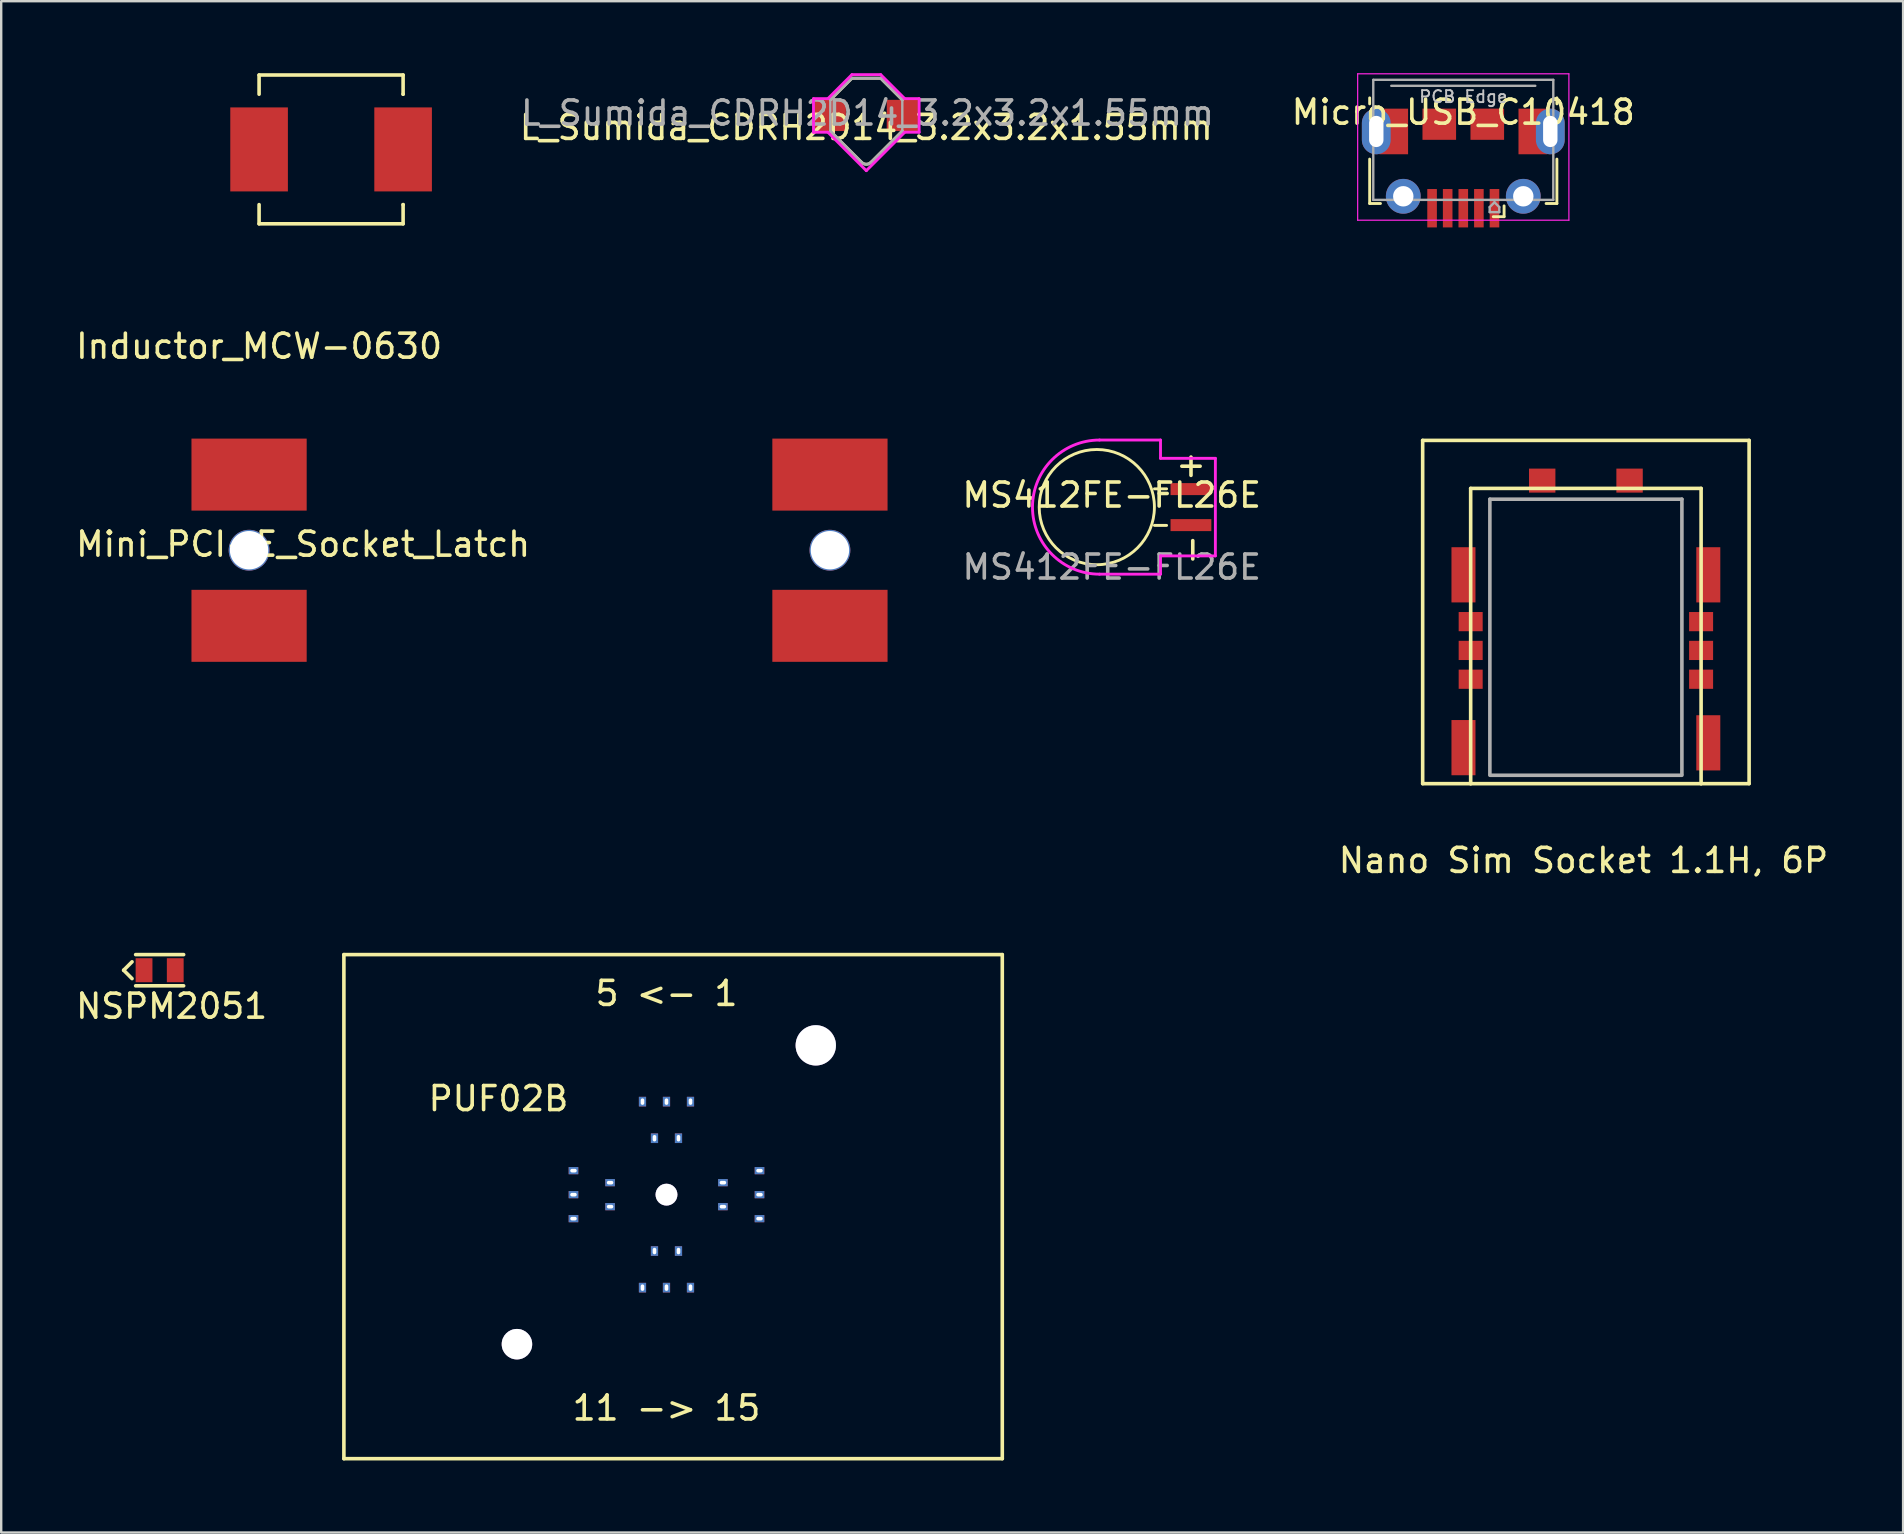
<source format=kicad_pcb>
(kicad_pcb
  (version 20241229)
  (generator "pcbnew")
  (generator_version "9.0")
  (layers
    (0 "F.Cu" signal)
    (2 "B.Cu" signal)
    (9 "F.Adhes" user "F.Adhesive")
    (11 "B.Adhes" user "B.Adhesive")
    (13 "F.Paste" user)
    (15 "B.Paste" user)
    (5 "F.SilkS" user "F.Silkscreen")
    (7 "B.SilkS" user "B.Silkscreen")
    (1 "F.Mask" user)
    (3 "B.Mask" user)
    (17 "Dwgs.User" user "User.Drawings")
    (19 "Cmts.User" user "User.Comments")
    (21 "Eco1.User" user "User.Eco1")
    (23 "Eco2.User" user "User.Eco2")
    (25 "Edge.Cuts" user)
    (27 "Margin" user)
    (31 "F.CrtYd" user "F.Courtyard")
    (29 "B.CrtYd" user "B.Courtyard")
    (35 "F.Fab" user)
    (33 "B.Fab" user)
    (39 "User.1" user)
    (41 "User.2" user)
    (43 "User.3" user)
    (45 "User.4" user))
  (footprint "NSPM2051"
    (layer "F.Cu")
    (at 3.601 37.371)
    (property "Reference" "NSPM2051" (at 0.5 1.5 0) (layer "F.SilkS") (effects (font (size 1 1) (thickness 0.15))))
    (attr through_hole)
    (fp_line (start -1.5 0) (end -1.15 0.35) (stroke (width 0.15) (type solid)) (layer "F.SilkS"))
    (fp_line (start -1.15 -0.35) (end -1.5 0) (stroke (width 0.15) (type solid)) (layer "F.SilkS"))
    (fp_line (start -1 -0.65) (end 1 -0.65) (stroke (width 0.15) (type solid)) (layer "F.SilkS"))
    (fp_line (start 1 0.65) (end -1 0.65) (stroke (width 0.15) (type solid)) (layer "F.SilkS"))
    (pad "1" smd rect (at -0.65 0) (size 0.7 1) (layers "F.Cu" "F.Mask" "F.Paste"))
    (pad "2" smd rect (at 0.65 0) (size 0.7 1) (layers "F.Cu" "F.Mask" "F.Paste")))
  (footprint "MS412FE-FL26E"
    (layer "F.Cu")
    (at 43.267 18.077)
    (property "Reference" "MS412FE-FL26E" (at 0 -0.5 0) (unlocked yes) (layer "F.SilkS") (effects (font (size 1 1) (thickness 0.15))))
    (attr smd)
    (fp_line (start 1.778 -0.762) (end 2.286 -0.762) (stroke (width 0.12) (type solid)) (layer "F.SilkS"))
    (fp_line (start 2.286 0.762) (end 1.778 0.762) (stroke (width 0.12) (type solid)) (layer "F.SilkS"))
    (fp_circle (center -0.622 0) (end 1.778 0) (stroke (width 0.12) (type solid)) (fill no) (layer "F.SilkS"))
    (fp_line (start -0.508 -2.794) (end 2.032 -2.794) (stroke (width 0.12) (type solid)) (layer "F.CrtYd"))
    (fp_line (start 2.032 -2.794) (end 2.032 -2.032) (stroke (width 0.12) (type solid)) (layer "F.CrtYd"))
    (fp_line (start 2.032 -2.032) (end 4.318 -2.032) (stroke (width 0.12) (type solid)) (layer "F.CrtYd"))
    (fp_line (start 2.032 2.032) (end 2.032 2.794) (stroke (width 0.12) (type solid)) (layer "F.CrtYd"))
    (fp_line (start 2.032 2.794) (end -0.508 2.794) (stroke (width 0.12) (type solid)) (layer "F.CrtYd"))
    (fp_line (start 4.318 -2.032) (end 4.318 2.032) (stroke (width 0.12) (type solid)) (layer "F.CrtYd"))
    (fp_line (start 4.318 2.032) (end 2.032 2.032) (stroke (width 0.12) (type solid)) (layer "F.CrtYd"))
    (fp_arc (start -0.508 2.794) (mid -3.302 0) (end -0.508 -2.794) (stroke (width 0.12) (type solid)) (layer "F.CrtYd"))
    (fp_text user "+" (at 3.302 -1.778 0) (unlocked yes) (layer "F.SilkS") (effects (font (size 1 1) (thickness 0.15))))
    (fp_text user "-" (at 3.302 1.778 90) (unlocked yes) (layer "F.SilkS") (effects (font (size 1 1) (thickness 0.15))))
    (fp_text user "${REFERENCE}" (at 0 2.5 0) (unlocked yes) (layer "F.Fab") (effects (font (size 1 1) (thickness 0.15))))
    (pad "1" smd rect (at 3.3 -0.75) (size 1.7 0.5) (layers "F.Cu" "F.Mask" "F.Paste"))
    (pad "2" smd rect (at 3.3 0.75) (size 1.7 0.5) (layers "F.Cu" "F.Mask" "F.Paste")))
  (footprint "Micro_USB_C10418"
    (layer "F.Cu")
    (at 57.913 1.125)
    (property "Reference" "Micro_USB_C10418" (at 0 0.5 0) (unlocked yes) (layer "F.SilkS") (effects (font (size 1 1) (thickness 0.15))))
    (attr through_hole)
    (fp_line (start -3.9 -0.098) (end -3.9 0.152) (stroke (width 0.12) (type solid)) (layer "F.SilkS"))
    (fp_line (start -3.9 2.453) (end -3.9 4.303) (stroke (width 0.12) (type solid)) (layer "F.SilkS"))
    (fp_line (start -3.9 4.303) (end -3.45 4.303) (stroke (width 0.12) (type solid)) (layer "F.SilkS"))
    (fp_line (start 1.7 4.853) (end 1.25 4.853) (stroke (width 0.12) (type solid)) (layer "F.SilkS"))
    (fp_line (start 1.7 4.853) (end 1.7 4.402) (stroke (width 0.12) (type solid)) (layer "F.SilkS"))
    (fp_line (start 3.9 -0.098) (end 3.9 0.152) (stroke (width 0.12) (type solid)) (layer "F.SilkS"))
    (fp_line (start 3.9 2.453) (end 3.9 4.303) (stroke (width 0.12) (type solid)) (layer "F.SilkS"))
    (fp_line (start 3.9 4.303) (end 3.45 4.303) (stroke (width 0.12) (type solid)) (layer "F.SilkS"))
    (fp_line (start -4.4 5) (end -4.4 -1.1) (stroke (width 0.05) (type solid)) (layer "F.CrtYd"))
    (fp_line (start 4.4 -1.1) (end -4.4 -1.1) (stroke (width 0.05) (type solid)) (layer "F.CrtYd"))
    (fp_line (start 4.4 -1.1) (end 4.4 5) (stroke (width 0.05) (type solid)) (layer "F.CrtYd"))
    (fp_line (start 4.4 5) (end -4.4 5) (stroke (width 0.05) (type solid)) (layer "F.CrtYd"))
    (fp_line (start -3.75 -0.848) (end -3.75 4.152) (stroke (width 0.1) (type solid)) (layer "F.Fab"))
    (fp_line (start 1.1 4.452) (end 1.3 4.253) (stroke (width 0.1) (type solid)) (layer "F.Fab"))
    (fp_line (start 1.1 4.662) (end 1.1 4.452) (stroke (width 0.1) (type solid)) (layer "F.Fab"))
    (fp_line (start 1.3 4.253) (end 1.5 4.452) (stroke (width 0.1) (type solid)) (layer "F.Fab"))
    (fp_line (start 1.5 4.662) (end 1.1 4.662) (stroke (width 0.1) (type solid)) (layer "F.Fab"))
    (fp_line (start 1.5 4.662) (end 1.5 4.452) (stroke (width 0.1) (type solid)) (layer "F.Fab"))
    (fp_line (start 3 -0.6) (end -3 -0.6) (stroke (width 0.1) (type solid)) (layer "F.Fab"))
    (fp_line (start 3.75 -0.849) (end -3.75 -0.849) (stroke (width 0.1) (type solid)) (layer "F.Fab"))
    (fp_line (start 3.75 -0.848) (end 3.75 4.152) (stroke (width 0.1) (type solid)) (layer "F.Fab"))
    (fp_line (start 3.75 4.152) (end -3.75 4.152) (stroke (width 0.1) (type solid)) (layer "F.Fab"))
    (fp_text user "PCB Edge" (at 0 -0.147 180) (layer "Dwgs.User") (effects (font (size 0.5 0.5) (thickness 0.08))))
    (pad "1" smd rect (at 1.3 4.5 180) (size 0.4 1.6) (layers "F.Cu" "F.Mask" "F.Paste"))
    (pad "2" smd rect (at 0.65 4.5 180) (size 0.4 1.6) (layers "F.Cu" "F.Mask" "F.Paste"))
    (pad "3" smd rect (at 0 4.5 180) (size 0.4 1.6) (layers "F.Cu" "F.Mask" "F.Paste"))
    (pad "4" smd rect (at -0.65 4.5 180) (size 0.4 1.6) (layers "F.Cu" "F.Mask" "F.Paste"))
    (pad "5" smd rect (at -1.3 4.5 180) (size 0.4 1.6) (layers "F.Cu" "F.Mask" "F.Paste"))
    (pad "6" thru_hole oval (at -3.625 1.302 180) (size 1.2 1.9) (drill oval 0.6 1.3) (layers "*.Cu" "*.Mask"))
    (pad "6" smd rect (at -2.9 1.302 180) (size 1.2 1.9) (layers "F.Cu" "F.Mask"))
    (pad "6" thru_hole circle (at -2.5 4.003 180) (size 1.45 1.45) (drill 0.85) (layers "*.Cu" "*.Mask"))
    (pad "6" smd rect (at -1 1 180) (size 1.4 1.3) (layers "F.Cu" "F.Mask" "F.Paste"))
    (pad "6" smd rect (at 1 1 180) (size 1.4 1.3) (layers "F.Cu" "F.Mask" "F.Paste"))
    (pad "6" thru_hole circle (at 2.5 4.003 180) (size 1.45 1.45) (drill 0.85) (layers "*.Cu" "*.Mask"))
    (pad "6" smd rect (at 2.9 1.302 180) (size 1.2 1.9) (layers "F.Cu" "F.Mask"))
    (pad "6" thru_hole oval (at 3.625 1.302) (size 1.2 1.9) (drill oval 0.6 1.3) (layers "*.Cu" "*.Mask")))
  (footprint "L_Sumida_CDRH2D14_3.2x3.2x1.55mm"
    (layer "F.Cu")
    (at 33.042 1.76)
    (property "Reference" "L_Sumida_CDRH2D14_3.2x3.2x1.55mm" (at 0 0.5 0) (unlocked yes) (layer "F.SilkS") (effects (font (size 1 1) (thickness 0.15))))
    (attr through_hole)
    (fp_line (start -1.5 -0.65) (end -0.6 -1.55) (stroke (width 0.12) (type solid)) (layer "F.SilkS"))
    (fp_line (start -0.6 -1.55) (end 0.6 -1.55) (stroke (width 0.12) (type solid)) (layer "F.SilkS"))
    (fp_line (start -0.2 1.95) (end -1.45 0.7) (stroke (width 0.12) (type solid)) (layer "F.SilkS"))
    (fp_line (start 0.6 -1.55) (end 1.5 -0.65) (stroke (width 0.12) (type solid)) (layer "F.SilkS"))
    (fp_line (start 1.5 0.65) (end 0.2 1.95) (stroke (width 0.12) (type solid)) (layer "F.SilkS"))
    (fp_arc (start 0.199999 1.949999) (mid 0 2.032841) (end -0.199999 1.949999) (stroke (width 0.12) (type solid)) (layer "F.SilkS"))
    (fp_line (start -2.2 -0.7) (end -2.2 0.7) (stroke (width 0.12) (type solid)) (layer "F.CrtYd"))
    (fp_line (start -2.2 -0.7) (end -1.6 -0.7) (stroke (width 0.12) (type solid)) (layer "F.CrtYd"))
    (fp_line (start -2.2 0.7) (end -1.6 0.7) (stroke (width 0.12) (type solid)) (layer "F.CrtYd"))
    (fp_line (start -1.6 -0.7) (end -0.6 -1.7) (stroke (width 0.12) (type solid)) (layer "F.CrtYd"))
    (fp_line (start -1.6 0.7) (end 0 2.3) (stroke (width 0.12) (type solid)) (layer "F.CrtYd"))
    (fp_line (start 0 2.3) (end 1.6 0.7) (stroke (width 0.12) (type solid)) (layer "F.CrtYd"))
    (fp_line (start 0.6 -1.7) (end -0.6 -1.7) (stroke (width 0.12) (type solid)) (layer "F.CrtYd"))
    (fp_line (start 1.6 -0.7) (end 0.6 -1.7) (stroke (width 0.12) (type solid)) (layer "F.CrtYd"))
    (fp_line (start 1.6 0.7) (end 2.2 0.7) (stroke (width 0.12) (type solid)) (layer "F.CrtYd"))
    (fp_line (start 2.2 -0.7) (end 1.6 -0.7) (stroke (width 0.12) (type solid)) (layer "F.CrtYd"))
    (fp_line (start 2.2 0.7) (end 2.2 -0.7) (stroke (width 0.12) (type solid)) (layer "F.CrtYd"))
    (fp_line (start -1.5 -0.65) (end -0.6 -1.55) (stroke (width 0.12) (type solid)) (layer "F.Fab"))
    (fp_line (start -1.5 0.65) (end -1.5 -0.65) (stroke (width 0.1) (type solid)) (layer "F.Fab"))
    (fp_line (start -1.5 0.65) (end -0.2 1.95) (stroke (width 0.12) (type solid)) (layer "F.Fab"))
    (fp_line (start -0.6 -1.55) (end 0.6 -1.55) (stroke (width 0.12) (type solid)) (layer "F.Fab"))
    (fp_line (start 0.2 1.95) (end 1.5 0.65) (stroke (width 0.12) (type solid)) (layer "F.Fab"))
    (fp_line (start 0.6 -1.55) (end 1.5 -0.65) (stroke (width 0.12) (type solid)) (layer "F.Fab"))
    (fp_line (start 1.5 -0.65) (end 1.5 0.65) (stroke (width 0.1) (type solid)) (layer "F.Fab"))
    (fp_arc (start 0.199999 1.949999) (mid 0 2.032841) (end -0.199999 1.949999) (stroke (width 0.12) (type solid)) (layer "F.Fab"))
    (fp_text user "${REFERENCE}" (at 0.05 -0.1 0) (layer "F.Fab") (effects (font (size 1 1) (thickness 0.15))))
    (pad "1" smd rect (at -1.5 0) (size 1.3 1.3) (layers "F.Cu" "F.Mask" "F.Paste"))
    (pad "2" smd rect (at 1.5 0) (size 1.3 1.3) (layers "F.Cu" "F.Mask" "F.Paste")))
  (footprint "Mini_PCI-E_Socket_Latch"
    (layer "F.Cu")
    (at 7.327 19.873)
    (property "Reference" "Mini_PCI-E_Socket_Latch" (at 2.25 -0.25 0) (layer "F.SilkS") (effects (font (size 1 1) (thickness 0.15))))
    (attr through_hole)
    (pad "1" thru_hole circle (at 0 0 180) (size 1.7 1.7) (drill 1.6) (layers "*.Cu" "*.Mask"))
    (pad "2" thru_hole circle (at 24.2 0 180) (size 1.7 1.7) (drill 1.6) (layers "*.Cu" "*.Mask"))
    (pad "3" smd rect (at 0 -3.15 180) (size 4.8 3) (layers "F.Cu" "F.Mask" "F.Paste"))
    (pad "3" smd rect (at 0 3.15 180) (size 4.8 3) (layers "F.Cu" "F.Mask" "F.Paste"))
    (pad "3" smd rect (at 24.2 -3.15 180) (size 4.8 3) (layers "F.Cu" "F.Mask" "F.Paste"))
    (pad "3" smd rect (at 24.2 3.15 180) (size 4.8 3) (layers "F.Cu" "F.Mask" "F.Paste")))
  (footprint "Nano Sim Socket 1.1H, 6P"
    (layer "F.Cu")
    (at 63.021 29.598)
    (property "Reference" "Nano Sim Socket 1.1H, 6P" (at -0.1 3.2 0) (layer "F.SilkS") (effects (font (size 1 1) (thickness 0.15))))
    (attr through_hole)
    (fp_line (start -6.8 -14.3) (end 6.8 -14.3) (stroke (width 0.15) (type solid)) (layer "F.SilkS"))
    (fp_line (start -6.8 0) (end -6.8 -14.3) (stroke (width 0.15) (type solid)) (layer "F.SilkS"))
    (fp_line (start -4.8 -12.3) (end -4.8 0) (stroke (width 0.15) (type solid)) (layer "F.SilkS"))
    (fp_line (start -4.8 0) (end -6.8 0) (stroke (width 0.15) (type solid)) (layer "F.SilkS"))
    (fp_line (start -4.8 0) (end 4.8 0) (stroke (width 0.15) (type solid)) (layer "F.SilkS"))
    (fp_line (start 4.8 -12.3) (end -4.8 -12.3) (stroke (width 0.15) (type solid)) (layer "F.SilkS"))
    (fp_line (start 4.8 -12.3) (end 4.8 0) (stroke (width 0.15) (type solid)) (layer "F.SilkS"))
    (fp_line (start 6.8 -14.3) (end 6.8 0) (stroke (width 0.15) (type solid)) (layer "F.SilkS"))
    (fp_line (start 6.8 0) (end 4.8 0) (stroke (width 0.15) (type solid)) (layer "F.SilkS"))
    (fp_line (start -4 -11.85) (end -4 -0.4) (stroke (width 0.15) (type solid)) (layer "F.Fab"))
    (fp_line (start -4 -0.35) (end 4 -0.35) (stroke (width 0.15) (type solid)) (layer "F.Fab"))
    (fp_line (start 4 -11.85) (end -4 -11.85) (stroke (width 0.15) (type solid)) (layer "F.Fab"))
    (fp_line (start 4 -0.4) (end 4 -11.85) (stroke (width 0.15) (type solid)) (layer "F.Fab"))
    (pad "" smd rect (at -2.8 -9.2) (size 1.2 3.1) (layers "Eco1.User"))
    (pad "" smd rect (at -2.8 -1.8) (size 1.2 2.9) (layers "Eco1.User"))
    (pad "" smd rect (at 0 -9.2) (size 1.2 3.1) (layers "Eco1.User"))
    (pad "" smd rect (at 0 -1.8) (size 1.2 2.9) (layers "Eco1.User"))
    (pad "" smd rect (at 2.8 -9.2) (size 1.2 3.1) (layers "Eco1.User"))
    (pad "" smd rect (at 2.8 -1.8) (size 1.2 2.9) (layers "Eco1.User"))
    (pad "1" smd rect (at 4.8 -4.35) (size 1 0.8) (layers "F.Cu" "F.Mask" "F.Paste"))
    (pad "2" smd rect (at 4.8 -5.55) (size 1 0.8) (layers "F.Cu" "F.Mask" "F.Paste"))
    (pad "3" smd rect (at -4.8 -4.35) (size 1 0.8) (layers "F.Cu" "F.Mask" "F.Paste"))
    (pad "5" smd rect (at 4.8 -6.75) (size 1 0.8) (layers "F.Cu" "F.Mask" "F.Paste"))
    (pad "6" smd rect (at -4.8 -5.55) (size 1 0.8) (layers "F.Cu" "F.Mask" "F.Paste"))
    (pad "7" smd rect (at -4.8 -6.75) (size 1 0.8) (layers "F.Cu" "F.Mask" "F.Paste"))
    (pad "8" smd rect (at -5.1 -8.7) (size 1 2.3) (layers "F.Cu" "F.Mask" "F.Paste"))
    (pad "8" smd rect (at -5.1 -1.5) (size 1 2.3) (layers "F.Cu" "F.Mask" "F.Paste"))
    (pad "8" smd rect (at 5.1 -8.7) (size 1 2.3) (layers "F.Cu" "F.Mask" "F.Paste"))
    (pad "8" smd rect (at 5.1 -1.7) (size 1 2.3) (layers "F.Cu" "F.Mask" "F.Paste"))
    (pad "9" smd rect (at -1.82 -12.625) (size 1.1 1) (layers "F.Cu" "F.Mask" "F.Paste"))
    (pad "9" smd rect (at 1.82 -12.625) (size 1.1 1) (layers "F.Cu" "F.Mask" "F.Paste")))
  (footprint "PUF02B"
    (layer "F.Cu")
    (at 24.717 46.721)
    (property "Reference" "PUF02B" (at -7 -4 0) (layer "F.SilkS") (effects (font (size 1 1) (thickness 0.15))))
    (attr through_hole)
    (fp_line (start -13.44 -10) (end -13.44 11) (stroke (width 0.15) (type solid)) (layer "F.SilkS"))
    (fp_line (start -13.44 11) (end 13.99 11) (stroke (width 0.15) (type solid)) (layer "F.SilkS"))
    (fp_line (start 13.99 -10) (end -13.44 -10) (stroke (width 0.15) (type solid)) (layer "F.SilkS"))
    (fp_line (start 13.99 11) (end 13.99 -10) (stroke (width 0.15) (type solid)) (layer "F.SilkS"))
    (fp_line (start 14 -10) (end 22.89 -10) (stroke (width 0.15) (type solid)) (layer "Eco1.User"))
    (fp_line (start 22.88 11) (end 13.99 11) (stroke (width 0.15) (type solid)) (layer "Eco1.User"))
    (fp_line (start 22.89 -10) (end 22.89 11) (stroke (width 0.15) (type solid)) (layer "Eco1.User"))
    (fp_text user "5 <- 1" (at 0 -8.382 0) (layer "F.SilkS") (effects (font (size 1 1) (thickness 0.15))))
    (fp_text user "11 -> 15" (at 0 8.89 0) (layer "F.SilkS") (effects (font (size 1 1) (thickness 0.15))))
    (fp_text user "Lid Overhang" (at 18 0 90) (layer "Eco1.User") (effects (font (size 1 1) (thickness 0.15))))
    (pad "0" thru_hole circle (at -6.23 6.23) (size 1.27 1.27) (drill 1.27) (layers "*.Cu" "*.Mask"))
    (pad "0" thru_hole circle (at 0 0) (size 0.91 0.91) (drill 0.91) (layers "*.Cu" "*.Mask"))
    (pad "0" thru_hole circle (at 6.22 -6.22) (size 1.68 1.68) (drill 1.68) (layers "*.Cu" "*.Mask"))
    (pad "1" thru_hole rect (at 1 -3.875 90) (size 0.4 0.3) (drill oval 0.27 0.15) (layers "*.Cu" "*.Mask"))
    (pad "2" thru_hole rect (at 0.5 -2.35 90) (size 0.4 0.3) (drill oval 0.27 0.15) (layers "*.Cu" "*.Mask"))
    (pad "3" thru_hole rect (at 0 -3.875 90) (size 0.4 0.3) (drill oval 0.27 0.15) (layers "*.Cu" "*.Mask"))
    (pad "4" thru_hole rect (at -0.5 -2.35 90) (size 0.4 0.3) (drill oval 0.27 0.15) (layers "*.Cu" "*.Mask"))
    (pad "5" thru_hole rect (at -1 -3.875 90) (size 0.4 0.3) (drill oval 0.27 0.15) (layers "*.Cu" "*.Mask"))
    (pad "6" thru_hole rect (at -3.875 -1 180) (size 0.4 0.3) (drill oval 0.27 0.15) (layers "*.Cu" "*.Mask"))
    (pad "7" thru_hole rect (at -2.35 -0.5 180) (size 0.4 0.3) (drill oval 0.27 0.15) (layers "*.Cu" "*.Mask"))
    (pad "8" thru_hole rect (at -3.875 0 180) (size 0.4 0.3) (drill oval 0.27 0.15) (layers "*.Cu" "*.Mask"))
    (pad "9" thru_hole rect (at -2.35 0.5 180) (size 0.4 0.3) (drill oval 0.27 0.15) (layers "*.Cu" "*.Mask"))
    (pad "10" thru_hole rect (at -3.875 1 180) (size 0.4 0.3) (drill oval 0.27 0.15) (layers "*.Cu" "*.Mask"))
    (pad "11" thru_hole rect (at -1 3.875 90) (size 0.4 0.3) (drill oval 0.27 0.15) (layers "*.Cu" "*.Mask"))
    (pad "12" thru_hole rect (at -0.5 2.35 90) (size 0.4 0.3) (drill oval 0.27 0.15) (layers "*.Cu" "*.Mask"))
    (pad "13" thru_hole rect (at 0 3.875 90) (size 0.4 0.3) (drill oval 0.27 0.15) (layers "*.Cu" "*.Mask"))
    (pad "14" thru_hole rect (at 0.5 2.35 90) (size 0.4 0.3) (drill oval 0.27 0.15) (layers "*.Cu" "*.Mask"))
    (pad "15" thru_hole rect (at 1 3.875 90) (size 0.4 0.3) (drill oval 0.27 0.15) (layers "*.Cu" "*.Mask"))
    (pad "16" thru_hole rect (at 3.875 1 180) (size 0.4 0.3) (drill oval 0.27 0.15) (layers "*.Cu" "*.Mask"))
    (pad "17" thru_hole rect (at 2.35 0.5 180) (size 0.4 0.3) (drill oval 0.27 0.15) (layers "*.Cu" "*.Mask"))
    (pad "18" thru_hole rect (at 3.875 0 180) (size 0.4 0.3) (drill oval 0.27 0.15) (layers "*.Cu" "*.Mask"))
    (pad "19" thru_hole rect (at 2.35 -0.5 180) (size 0.4 0.3) (drill oval 0.27 0.15) (layers "*.Cu" "*.Mask"))
    (pad "20" thru_hole rect (at 3.875 -1 180) (size 0.4 0.3) (drill oval 0.27 0.15) (layers "*.Cu" "*.Mask")))
  (footprint "Inductor_MCW-0630"
    (layer "F.Cu")
    (at 7.744 3.175)
    (property "Reference" "Inductor_MCW-0630" (at 0 8.2 0) (layer "F.SilkS") (effects (font (size 1 1) (thickness 0.15))))
    (attr through_hole)
    (fp_line (start 0 -3.1) (end 6 -3.1) (stroke (width 0.15) (type solid)) (layer "F.SilkS"))
    (fp_line (start 0 -2.3) (end 0 -3.1) (stroke (width 0.15) (type solid)) (layer "F.SilkS"))
    (fp_line (start 0 2.3) (end 0 3.1) (stroke (width 0.15) (type solid)) (layer "F.SilkS"))
    (fp_line (start 0 3.1) (end 6 3.1) (stroke (width 0.15) (type solid)) (layer "F.SilkS"))
    (fp_line (start 6 -3.1) (end 6 -2.3) (stroke (width 0.15) (type solid)) (layer "F.SilkS"))
    (fp_line (start 6 -2.3) (end 6 -2.3) (stroke (width 0.15) (type solid)) (layer "F.SilkS"))
    (fp_line (start 6 2.3) (end 6 2.3) (stroke (width 0.15) (type solid)) (layer "F.SilkS"))
    (fp_line (start 6 3.1) (end 6 2.3) (stroke (width 0.15) (type solid)) (layer "F.SilkS"))
    (pad "1" smd rect (at 0 0) (size 2.4 3.5) (layers "F.Cu" "F.Mask" "F.Paste"))
    (pad "2" smd rect (at 6 0) (size 2.4 3.5) (layers "F.Cu" "F.Mask" "F.Paste")))
  (gr_rect
    (start -3 -3)
    (end 76.237 60.797)
    (stroke (width 0.1) (type default))
    (fill no)
    (layer "Edge.Cuts")))
</source>
